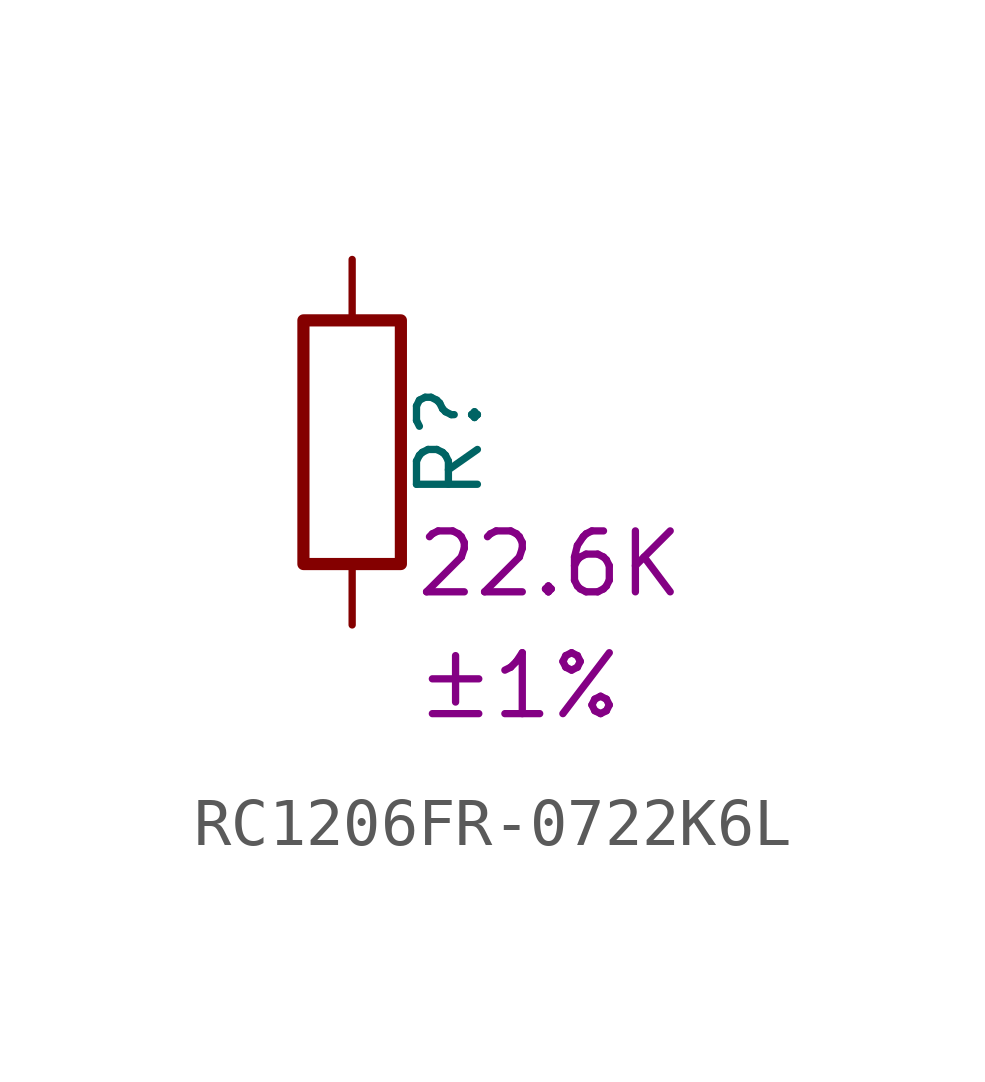
<source format=kicad_sym>
(kicad_symbol_lib
  (version 20220914)
  (generator kicad_symbol_editor)
  (symbol "RC1206FR-0722K6L"
    (pin_numbers hide)
    (pin_names
      (offset 0))
    (property "Reference" "R"
      (at 2.032 0 90)
      (effects (font (size 1.27 1.27))))
    (property "Resistance" "22.6K"
      (at 1.27 -2.54 0)
      (effects (font (size 1.27 1.27)) (justify left)))
    (property "Tolerance" "±1%"
      (at 1.27 -5.08 0)
      (effects (font (size 1.27 1.27)) (justify left)))
    (symbol "RC1206FR-0722K6L_0_1"
      (rectangle (start -1.016 -2.54) (end 1.016 2.54) (stroke (width 0.254) (type default)) (fill (type none))))
    (symbol "RC1206FR-0722K6L_1_1"
      (pin passive line (at 0 3.81 270) (length 1.27) (name "~" (effects (font (size 1.27 1.27)))) (number "1" (effects (font (size 1.27 1.27)))))
      (pin passive line (at 0 -3.81 90) (length 1.27) (name "~" (effects (font (size 1.27 1.27)))) (number "2" (effects (font (size 1.27 1.27))))))))
</source>
